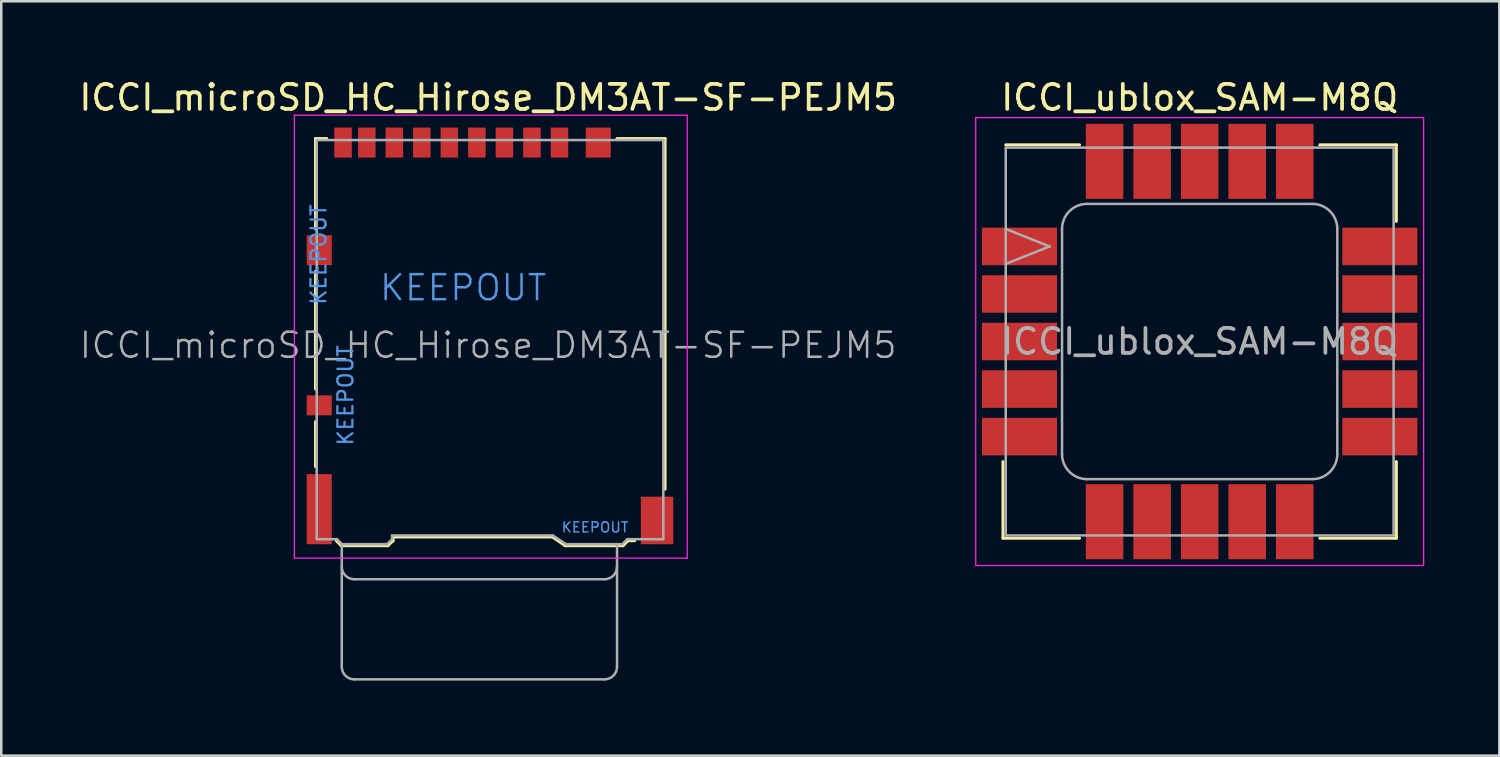
<source format=kicad_pcb>
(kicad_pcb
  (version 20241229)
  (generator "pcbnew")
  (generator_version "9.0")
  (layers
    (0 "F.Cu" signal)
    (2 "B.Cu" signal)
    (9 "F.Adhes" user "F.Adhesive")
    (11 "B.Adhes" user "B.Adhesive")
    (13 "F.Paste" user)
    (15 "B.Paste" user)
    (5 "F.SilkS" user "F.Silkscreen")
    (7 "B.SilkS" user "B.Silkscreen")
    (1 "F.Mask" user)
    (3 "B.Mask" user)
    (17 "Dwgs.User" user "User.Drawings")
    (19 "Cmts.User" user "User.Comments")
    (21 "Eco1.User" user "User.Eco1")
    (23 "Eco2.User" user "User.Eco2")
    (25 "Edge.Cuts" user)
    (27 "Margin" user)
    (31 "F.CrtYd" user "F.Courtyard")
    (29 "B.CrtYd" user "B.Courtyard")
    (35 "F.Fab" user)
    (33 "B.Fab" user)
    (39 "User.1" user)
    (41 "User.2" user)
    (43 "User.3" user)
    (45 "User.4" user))
  (footprint "ICCI_ublox_SAM-M8Q"
    (layer "F.Cu")
    (at 44.892 10.598)
    (property "Reference" "ICCI_ublox_SAM-M8Q" (at 0 -9.75 0) (layer "F.SilkS") (effects (font (size 1 1) (thickness 0.15))))
    (attr smd)
    (fp_line (start -7.86 4.8) (end -7.86 7.86) (stroke (width 0.12) (type solid)) (layer "F.SilkS"))
    (fp_line (start -7.86 7.86) (end -4.8 7.86) (stroke (width 0.12) (type solid)) (layer "F.SilkS"))
    (fp_line (start -7.75 -7.86) (end -4.8 -7.86) (stroke (width 0.12) (type solid)) (layer "F.SilkS"))
    (fp_line (start 4.8 -7.86) (end 7.86 -7.86) (stroke (width 0.12) (type solid)) (layer "F.SilkS"))
    (fp_line (start 4.8 7.86) (end 7.86 7.86) (stroke (width 0.12) (type solid)) (layer "F.SilkS"))
    (fp_line (start 7.86 -7.86) (end 7.86 -4.8) (stroke (width 0.12) (type solid)) (layer "F.SilkS"))
    (fp_line (start 7.86 4.8) (end 7.86 7.86) (stroke (width 0.12) (type solid)) (layer "F.SilkS"))
    (fp_line (start -8.95 -8.95) (end -8.95 8.95) (stroke (width 0.05) (type solid)) (layer "F.CrtYd"))
    (fp_line (start -8.95 8.95) (end 8.95 8.95) (stroke (width 0.05) (type solid)) (layer "F.CrtYd"))
    (fp_line (start 8.95 -8.95) (end -8.95 -8.95) (stroke (width 0.05) (type solid)) (layer "F.CrtYd"))
    (fp_line (start 8.95 8.95) (end 8.95 -8.95) (stroke (width 0.05) (type solid)) (layer "F.CrtYd"))
    (fp_line (start -7.75 -7.75) (end 7.75 -7.75) (stroke (width 0.1) (type solid)) (layer "F.Fab"))
    (fp_line (start -7.75 7.75) (end -7.75 -7.75) (stroke (width 0.1) (type solid)) (layer "F.Fab"))
    (fp_line (start -6 -3.8) (end -7.75 -4.5) (stroke (width 0.1) (type solid)) (layer "F.Fab"))
    (fp_line (start -6 -3.8) (end -7.75 -3.1) (stroke (width 0.1) (type solid)) (layer "F.Fab"))
    (fp_line (start -5.5 -4.5) (end -5.5 4.5) (stroke (width 0.1) (type solid)) (layer "F.Fab"))
    (fp_line (start -4.5 5.5) (end 4.5 5.5) (stroke (width 0.1) (type solid)) (layer "F.Fab"))
    (fp_line (start 4.5 -5.5) (end -4.5 -5.5) (stroke (width 0.1) (type solid)) (layer "F.Fab"))
    (fp_line (start 5.5 4.5) (end 5.5 -4.5) (stroke (width 0.1) (type solid)) (layer "F.Fab"))
    (fp_line (start 7.75 -7.75) (end 7.75 7.75) (stroke (width 0.1) (type solid)) (layer "F.Fab"))
    (fp_line (start 7.75 7.75) (end -7.75 7.75) (stroke (width 0.1) (type solid)) (layer "F.Fab"))
    (fp_arc (start -5.5 -4.5) (mid -5.207107 -5.207107) (end -4.5 -5.5) (stroke (width 0.1) (type solid)) (layer "F.Fab"))
    (fp_arc (start -4.5 5.5) (mid -5.207107 5.207107) (end -5.5 4.5) (stroke (width 0.1) (type solid)) (layer "F.Fab"))
    (fp_arc (start 4.5 -5.5) (mid 5.207107 -5.207107) (end 5.5 -4.5) (stroke (width 0.1) (type solid)) (layer "F.Fab"))
    (fp_arc (start 5.5 4.5) (mid 5.207107 5.207107) (end 4.5 5.5) (stroke (width 0.1) (type solid)) (layer "F.Fab"))
    (fp_text user "${REFERENCE}" (at 0 0 0) (layer "F.Fab") (effects (font (size 1 1) (thickness 0.15))))
    (pad "1" smd rect (at -7.2 -3.8) (size 3 1.5) (layers "F.Cu" "F.Mask" "F.Paste"))
    (pad "2" smd rect (at -7.2 -1.9) (size 3 1.5) (layers "F.Cu" "F.Mask" "F.Paste"))
    (pad "3" smd rect (at -7.2 0) (size 3 1.5) (layers "F.Cu" "F.Mask" "F.Paste"))
    (pad "4" smd rect (at -7.2 1.9) (size 3 1.5) (layers "F.Cu" "F.Mask" "F.Paste"))
    (pad "5" smd rect (at -7.2 3.8) (size 3 1.5) (layers "F.Cu" "F.Mask" "F.Paste"))
    (pad "6" smd rect (at -3.8 7.2) (size 1.5 3) (layers "F.Cu" "F.Mask" "F.Paste"))
    (pad "7" smd rect (at -1.9 7.2) (size 1.5 3) (layers "F.Cu" "F.Mask" "F.Paste"))
    (pad "8" smd rect (at 0 7.2) (size 1.5 3) (layers "F.Cu" "F.Mask" "F.Paste"))
    (pad "9" smd rect (at 1.9 7.2) (size 1.5 3) (layers "F.Cu" "F.Mask" "F.Paste"))
    (pad "10" smd rect (at 3.8 7.2) (size 1.5 3) (layers "F.Cu" "F.Mask" "F.Paste"))
    (pad "11" smd rect (at 7.2 3.8) (size 3 1.5) (layers "F.Cu" "F.Mask" "F.Paste"))
    (pad "12" smd rect (at 7.2 1.9) (size 3 1.5) (layers "F.Cu" "F.Mask" "F.Paste"))
    (pad "13" smd rect (at 7.2 0) (size 3 1.5) (layers "F.Cu" "F.Mask" "F.Paste"))
    (pad "14" smd rect (at 7.2 -1.9) (size 3 1.5) (layers "F.Cu" "F.Mask" "F.Paste"))
    (pad "15" smd rect (at 7.2 -3.8) (size 3 1.5) (layers "F.Cu" "F.Mask" "F.Paste"))
    (pad "16" smd rect (at 3.8 -7.2) (size 1.5 3) (layers "F.Cu" "F.Mask" "F.Paste"))
    (pad "17" smd rect (at 1.9 -7.2) (size 1.5 3) (layers "F.Cu" "F.Mask" "F.Paste"))
    (pad "18" smd rect (at 0 -7.2) (size 1.5 3) (layers "F.Cu" "F.Mask" "F.Paste"))
    (pad "19" smd rect (at -1.9 -7.2) (size 1.5 3) (layers "F.Cu" "F.Mask" "F.Paste"))
    (pad "20" smd rect (at -3.8 -7.2) (size 1.5 3) (layers "F.Cu" "F.Mask" "F.Paste")))
  (footprint "ICCI_microSD_HC_Hirose_DM3AT-SF-PEJM5"
    (layer "F.Cu")
    (at 16.533 10.373)
    (property "Reference" "ICCI_microSD_HC_Hirose_DM3AT-SF-PEJM5" (at -0.075 -9.525 0) (layer "F.SilkS") (effects (font (size 1 1) (thickness 0.15))))
    (attr smd)
    (fp_line (start -6.975 -7.885) (end -6.975 -4.275) (stroke (width 0.12) (type solid)) (layer "F.SilkS"))
    (fp_line (start -6.975 -2.575) (end -6.975 2.125) (stroke (width 0.12) (type solid)) (layer "F.SilkS"))
    (fp_line (start -6.975 3.425) (end -6.975 5.225) (stroke (width 0.12) (type solid)) (layer "F.SilkS"))
    (fp_line (start -6.525 -7.885) (end -6.975 -7.885) (stroke (width 0.12) (type solid)) (layer "F.SilkS"))
    (fp_line (start -5.945 8.385) (end -6.145 8.185) (stroke (width 0.12) (type solid)) (layer "F.SilkS"))
    (fp_line (start -5.945 8.385) (end -4.085 8.385) (stroke (width 0.12) (type solid)) (layer "F.SilkS"))
    (fp_line (start -4.085 8.385) (end -3.875 8.185) (stroke (width 0.12) (type solid)) (layer "F.SilkS"))
    (fp_line (start -3.875 8.035) (end -3.875 8.185) (stroke (width 0.12) (type solid)) (layer "F.SilkS"))
    (fp_line (start -3.875 8.035) (end 2.495 8.035) (stroke (width 0.12) (type solid)) (layer "F.SilkS"))
    (fp_line (start 3.005 8.385) (end 2.495 8.035) (stroke (width 0.12) (type solid)) (layer "F.SilkS"))
    (fp_line (start 5.075 -7.885) (end 6.995 -7.885) (stroke (width 0.12) (type solid)) (layer "F.SilkS"))
    (fp_line (start 5.315 8.385) (end 3.005 8.385) (stroke (width 0.12) (type solid)) (layer "F.SilkS"))
    (fp_line (start 5.315 8.385) (end 5.515 8.185) (stroke (width 0.12) (type solid)) (layer "F.SilkS"))
    (fp_line (start 5.515 8.185) (end 5.775 8.185) (stroke (width 0.12) (type solid)) (layer "F.SilkS"))
    (fp_line (start 6.995 -7.885) (end 6.995 6.125) (stroke (width 0.12) (type solid)) (layer "F.SilkS"))
    (fp_line (start -7.82 -8.82) (end 7.88 -8.82) (stroke (width 0.05) (type solid)) (layer "F.CrtYd"))
    (fp_line (start -7.82 8.88) (end -7.82 -8.82) (stroke (width 0.05) (type solid)) (layer "F.CrtYd"))
    (fp_line (start 7.88 -8.82) (end 7.88 8.88) (stroke (width 0.05) (type solid)) (layer "F.CrtYd"))
    (fp_line (start 7.88 8.88) (end -7.82 8.88) (stroke (width 0.05) (type solid)) (layer "F.CrtYd"))
    (fp_line (start -6.925 8.125) (end -6.925 -7.825) (stroke (width 0.1) (type solid)) (layer "F.Fab"))
    (fp_line (start -6.115 8.125) (end -6.925 8.125) (stroke (width 0.1) (type solid)) (layer "F.Fab"))
    (fp_line (start -5.925 8.325) (end -5.925 13.225) (stroke (width 0.1) (type solid)) (layer "F.Fab"))
    (fp_line (start -5.915 8.325) (end -6.115 8.125) (stroke (width 0.1) (type solid)) (layer "F.Fab"))
    (fp_line (start -5.425 9.725) (end 4.575 9.725) (stroke (width 0.1) (type solid)) (layer "F.Fab"))
    (fp_line (start -5.425 13.725) (end 4.575 13.725) (stroke (width 0.1) (type solid)) (layer "F.Fab"))
    (fp_line (start -4.115 8.325) (end -5.915 8.325) (stroke (width 0.1) (type solid)) (layer "F.Fab"))
    (fp_line (start -3.915 8.125) (end -4.115 8.325) (stroke (width 0.1) (type solid)) (layer "F.Fab"))
    (fp_line (start -3.915 8.125) (end -3.915 7.975) (stroke (width 0.1) (type solid)) (layer "F.Fab"))
    (fp_line (start 2.51 7.975) (end -3.915 7.975) (stroke (width 0.1) (type solid)) (layer "F.Fab"))
    (fp_line (start 3.035 8.325) (end 2.51 7.975) (stroke (width 0.1) (type solid)) (layer "F.Fab"))
    (fp_line (start 5.075 13.225) (end 5.075 8.325) (stroke (width 0.1) (type solid)) (layer "F.Fab"))
    (fp_line (start 5.285 8.325) (end 3.035 8.325) (stroke (width 0.1) (type solid)) (layer "F.Fab"))
    (fp_line (start 5.285 8.325) (end 5.485 8.125) (stroke (width 0.1) (type solid)) (layer "F.Fab"))
    (fp_line (start 5.485 8.125) (end 6.925 8.125) (stroke (width 0.1) (type solid)) (layer "F.Fab"))
    (fp_line (start 6.925 -7.825) (end -6.925 -7.825) (stroke (width 0.1) (type solid)) (layer "F.Fab"))
    (fp_line (start 6.925 8.125) (end 6.925 -7.825) (stroke (width 0.1) (type solid)) (layer "F.Fab"))
    (fp_arc (start -5.425 9.725) (mid -5.778553 9.578553) (end -5.925 9.225) (stroke (width 0.1) (type solid)) (layer "F.Fab"))
    (fp_arc (start -5.425 13.725) (mid -5.778553 13.578553) (end -5.925 13.225) (stroke (width 0.1) (type solid)) (layer "F.Fab"))
    (fp_arc (start 5.075 9.225) (mid 4.928553 9.578553) (end 4.575 9.725) (stroke (width 0.1) (type solid)) (layer "F.Fab"))
    (fp_arc (start 5.075 13.225) (mid 4.928553 13.578553) (end 4.575 13.725) (stroke (width 0.1) (type solid)) (layer "F.Fab"))
    (fp_text user "KEEPOUT" (at -5.775 2.375 90) (layer "Cmts.User") (effects (font (size 0.6 0.6) (thickness 0.09))))
    (fp_text user "KEEPOUT" (at -6.85 -3.25 90) (layer "Cmts.User") (effects (font (size 0.6 0.6) (thickness 0.09))))
    (fp_text user "KEEPOUT" (at 4.2 7.65 0) (layer "Cmts.User") (effects (font (size 0.4 0.4) (thickness 0.06))))
    (fp_text user "KEEPOUT" (at -1.075 -1.925 0) (layer "Cmts.User") (effects (font (size 1 1) (thickness 0.1))))
    (fp_text user "${REFERENCE}" (at -0.075 0.375 0) (layer "F.Fab") (effects (font (size 1 1) (thickness 0.1))))
    (pad "1" smd rect (at 2.775 -7.725) (size 0.7 1.2) (layers "F.Cu" "F.Mask" "F.Paste"))
    (pad "2" smd rect (at 1.675 -7.725) (size 0.7 1.2) (layers "F.Cu" "F.Mask" "F.Paste"))
    (pad "3" smd rect (at 0.575 -7.725) (size 0.7 1.2) (layers "F.Cu" "F.Mask" "F.Paste"))
    (pad "4" smd rect (at -0.525 -7.725) (size 0.7 1.2) (layers "F.Cu" "F.Mask" "F.Paste"))
    (pad "5" smd rect (at -1.625 -7.725) (size 0.7 1.2) (layers "F.Cu" "F.Mask" "F.Paste"))
    (pad "6" smd rect (at -2.725 -7.725) (size 0.7 1.2) (layers "F.Cu" "F.Mask" "F.Paste"))
    (pad "7" smd rect (at -3.825 -7.725) (size 0.7 1.2) (layers "F.Cu" "F.Mask" "F.Paste"))
    (pad "8" smd rect (at -4.925 -7.725) (size 0.7 1.2) (layers "F.Cu" "F.Mask" "F.Paste"))
    (pad "9" smd rect (at -5.875 -7.725) (size 0.7 1.2) (layers "F.Cu" "F.Mask" "F.Paste"))
    (pad "10" smd rect (at -6.825 2.775) (size 1 0.8) (layers "F.Cu" "F.Mask" "F.Paste"))
    (pad "11" smd rect (at -6.825 -3.425) (size 1 1.2) (layers "F.Cu" "F.Mask" "F.Paste"))
    (pad "11" smd rect (at -6.825 6.925) (size 1 2.8) (layers "F.Cu" "F.Mask" "F.Paste"))
    (pad "11" smd rect (at 4.325 -7.725) (size 1 1.2) (layers "F.Cu" "F.Mask" "F.Paste"))
    (pad "11" smd rect (at 6.675 7.375) (size 1.3 1.9) (layers "F.Cu" "F.Mask" "F.Paste"))
    (zone (net_name "") (layer "F.Cu") (hatch full 0.508) (connect_pads) (min_thickness 0.254) (filled_areas_thickness no) (keepout (tracks not_allowed) (vias not_allowed) (pads not_allowed) (copperpour not_allowed) (footprints not_allowed)) (placement (enabled no)) (fill) (polygon (pts (xy 10.058 6.348) (xy 9.308 6.348) (xy 9.308 3.098) (xy 10.058 3.098))))
    (zone (net_name "") (layer "F.Cu") (hatch full 0.508) (connect_pads) (min_thickness 0.254) (filled_areas_thickness no) (keepout (tracks not_allowed) (vias not_allowed) (pads not_allowed) (copperpour not_allowed) (footprints not_allowed)) (placement (enabled no)) (fill) (polygon (pts (xy 10.058 11.148) (xy 9.308 11.148) (xy 9.308 7.548) (xy 10.058 7.548))))
    (zone (net_name "") (layer "F.Cu") (hatch full 0.508) (connect_pads) (min_thickness 0.254) (filled_areas_thickness no) (keepout (tracks not_allowed) (vias not_allowed) (pads not_allowed) (copperpour not_allowed) (footprints not_allowed)) (placement (enabled no)) (fill) (polygon (pts (xy 10.408 8.948) (xy 11.108 8.948) (xy 11.108 16.548) (xy 10.408 16.548))))
    (zone (net_name "") (layer "F.Cu") (hatch full 0.508) (connect_pads) (min_thickness 0.254) (filled_areas_thickness no) (keepout (tracks not_allowed) (vias not_allowed) (pads not_allowed) (copperpour not_allowed) (footprints not_allowed)) (placement (enabled no)) (fill) (polygon (pts (xy 19.458 17.348) (xy 22.008 17.348) (xy 22.008 18.698) (xy 19.458 18.698))))
    (zone (net_name "") (layer "F.Cu") (hatch full 0.508) (connect_pads) (min_thickness 0.254) (filled_areas_thickness no) (keepout (tracks not_allowed) (vias not_allowed) (pads not_allowed) (copperpour not_allowed) (footprints not_allowed)) (placement (enabled no)) (fill) (polygon (pts (xy 19.808 9.248) (xy 11.108 9.248) (xy 11.108 7.648) (xy 19.808 7.648)))))
  (gr_rect
    (start -3 -3)
    (end 56.867 27.148)
    (stroke (width 0.1) (type default))
    (fill no)
    (layer "Edge.Cuts")))
</source>
